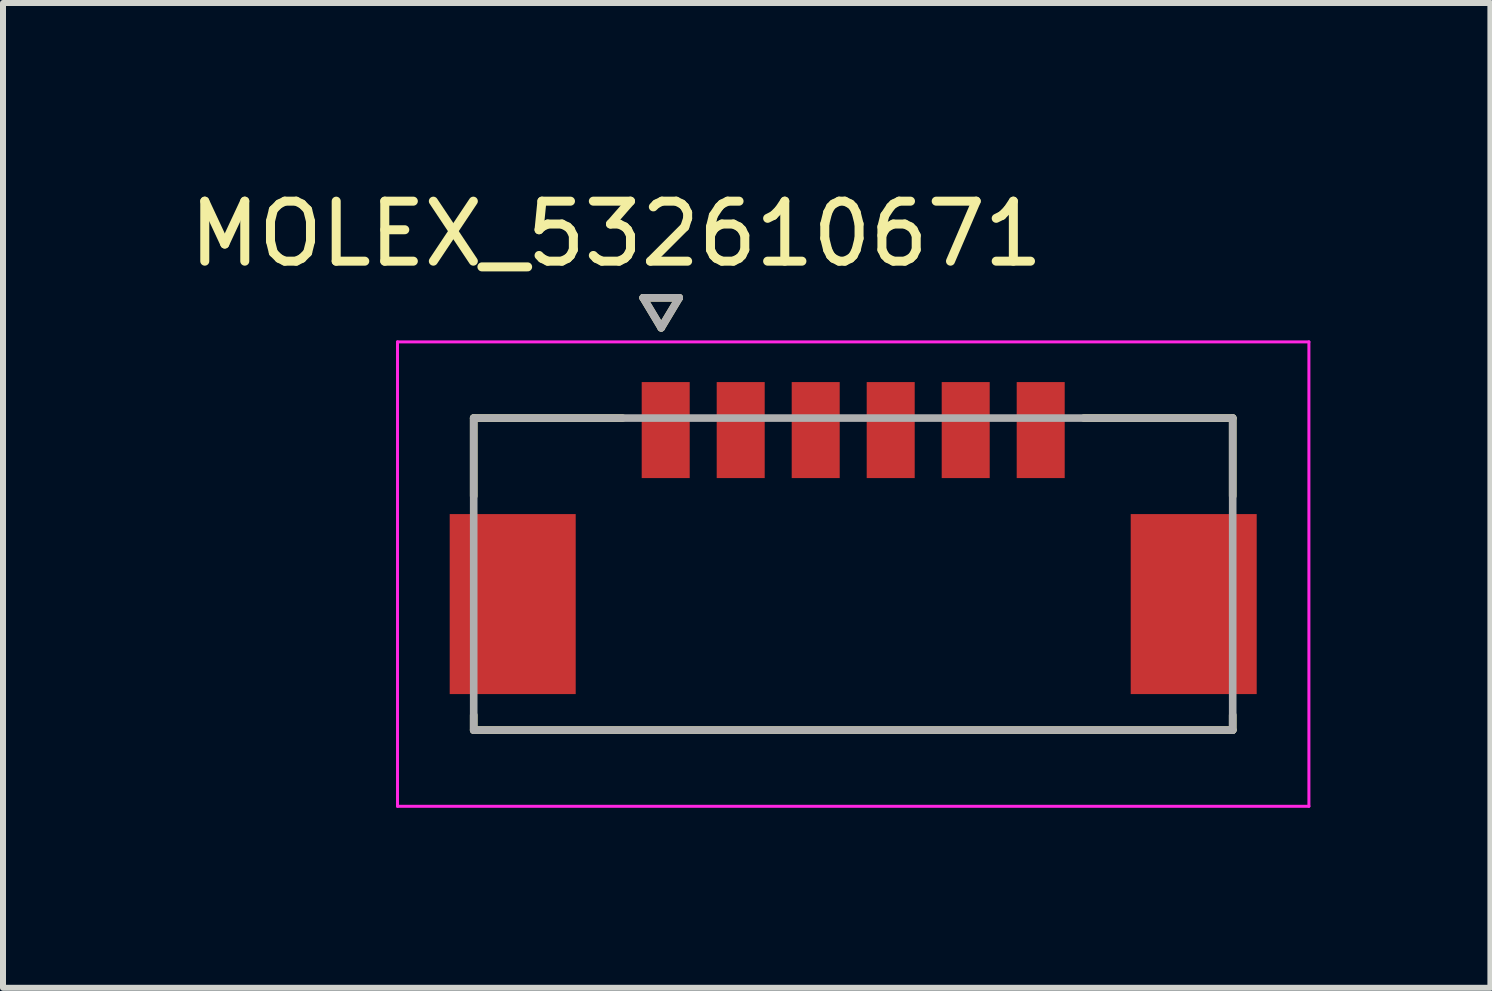
<source format=kicad_pcb>
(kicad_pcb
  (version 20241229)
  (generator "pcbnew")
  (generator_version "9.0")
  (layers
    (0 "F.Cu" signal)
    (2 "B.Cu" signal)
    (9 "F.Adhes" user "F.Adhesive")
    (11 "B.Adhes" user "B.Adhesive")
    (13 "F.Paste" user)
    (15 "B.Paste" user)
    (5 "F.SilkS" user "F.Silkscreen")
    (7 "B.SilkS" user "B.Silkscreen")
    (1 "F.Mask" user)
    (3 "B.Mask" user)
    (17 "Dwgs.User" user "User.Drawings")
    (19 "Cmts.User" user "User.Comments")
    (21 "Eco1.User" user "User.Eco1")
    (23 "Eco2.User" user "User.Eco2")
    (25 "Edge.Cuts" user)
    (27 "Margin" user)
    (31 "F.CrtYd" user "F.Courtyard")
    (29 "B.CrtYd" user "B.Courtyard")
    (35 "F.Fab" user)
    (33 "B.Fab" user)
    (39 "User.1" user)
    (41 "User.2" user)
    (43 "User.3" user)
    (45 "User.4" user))
  (footprint "MOLEX_532610671"
    (layer "F.Cu")
    (at 11.17 6.518)
    (property "Reference" "MOLEX_532610671" (at -3.95 -5.67 0) (layer "F.SilkS") (effects (font (size 1 1) (thickness 0.15))))
    (attr smd)
    (fp_poly (pts (xy -6.801 -1.076) (xy -4.549 -1.076) (xy -4.549 2.076) (xy -6.801 2.076)) (stroke (width 0.01) (type solid)) (fill yes) (layer "F.Mask"))
    (fp_poly (pts (xy -3.601 -3.276) (xy -2.649 -3.276) (xy -2.649 -1.524) (xy -3.601 -1.524)) (stroke (width 0.01) (type solid)) (fill yes) (layer "F.Mask"))
    (fp_poly (pts (xy -2.351 -3.276) (xy -1.399 -3.276) (xy -1.399 -1.524) (xy -2.351 -1.524)) (stroke (width 0.01) (type solid)) (fill yes) (layer "F.Mask"))
    (fp_poly (pts (xy -1.101 -3.276) (xy -0.149 -3.276) (xy -0.149 -1.524) (xy -1.101 -1.524)) (stroke (width 0.01) (type solid)) (fill yes) (layer "F.Mask"))
    (fp_poly (pts (xy 0.149 -3.276) (xy 1.101 -3.276) (xy 1.101 -1.524) (xy 0.149 -1.524)) (stroke (width 0.01) (type solid)) (fill yes) (layer "F.Mask"))
    (fp_poly (pts (xy 1.399 -3.276) (xy 2.351 -3.276) (xy 2.351 -1.524) (xy 1.399 -1.524)) (stroke (width 0.01) (type solid)) (fill yes) (layer "F.Mask"))
    (fp_poly (pts (xy 2.649 -3.276) (xy 3.601 -3.276) (xy 3.601 -1.524) (xy 2.649 -1.524)) (stroke (width 0.01) (type solid)) (fill yes) (layer "F.Mask"))
    (fp_poly (pts (xy 4.549 -1.076) (xy 6.801 -1.076) (xy 6.801 2.076) (xy 4.549 2.076)) (stroke (width 0.01) (type solid)) (fill yes) (layer "F.Mask"))
    (fp_line (start -6.325 -2.6) (end -3.845 -2.6) (stroke (width 0.127) (type solid)) (layer "F.SilkS"))
    (fp_line (start -6.325 -1.3) (end -6.325 -2.6) (stroke (width 0.127) (type solid)) (layer "F.SilkS"))
    (fp_line (start -6.325 2.6) (end -6.325 2.35) (stroke (width 0.127) (type solid)) (layer "F.SilkS"))
    (fp_line (start -6.325 2.6) (end 6.325 2.6) (stroke (width 0.127) (type solid)) (layer "F.SilkS"))
    (fp_line (start -3.5 -4.605) (end -2.9 -4.605) (stroke (width 0.127) (type solid)) (layer "F.SilkS"))
    (fp_line (start -3.2 -4.105) (end -3.5 -4.605) (stroke (width 0.127) (type solid)) (layer "F.SilkS"))
    (fp_line (start -2.9 -4.605) (end -3.2 -4.105) (stroke (width 0.127) (type solid)) (layer "F.SilkS"))
    (fp_line (start 3.845 -2.6) (end 6.325 -2.6) (stroke (width 0.127) (type solid)) (layer "F.SilkS"))
    (fp_line (start 6.325 -2.6) (end 6.325 -1.3) (stroke (width 0.127) (type solid)) (layer "F.SilkS"))
    (fp_line (start 6.325 2.6) (end 6.325 2.35) (stroke (width 0.127) (type solid)) (layer "F.SilkS"))
    (fp_line (start -7.595 3.87) (end -7.595 -3.87) (stroke (width 0.05) (type solid)) (layer "F.CrtYd"))
    (fp_line (start 7.595 -3.87) (end -7.595 -3.87) (stroke (width 0.05) (type solid)) (layer "F.CrtYd"))
    (fp_line (start 7.595 -3.87) (end 7.595 3.87) (stroke (width 0.05) (type solid)) (layer "F.CrtYd"))
    (fp_line (start 7.595 3.87) (end -7.595 3.87) (stroke (width 0.05) (type solid)) (layer "F.CrtYd"))
    (fp_line (start -6.325 -2.6) (end 6.325 -2.6) (stroke (width 0.127) (type solid)) (layer "F.Fab"))
    (fp_line (start -6.325 2.6) (end -6.325 -2.6) (stroke (width 0.127) (type solid)) (layer "F.Fab"))
    (fp_line (start -3.5 -4.605) (end -2.9 -4.605) (stroke (width 0.127) (type solid)) (layer "F.Fab"))
    (fp_line (start -3.2 -4.105) (end -3.5 -4.605) (stroke (width 0.127) (type solid)) (layer "F.Fab"))
    (fp_line (start -2.9 -4.605) (end -3.2 -4.105) (stroke (width 0.127) (type solid)) (layer "F.Fab"))
    (fp_line (start 6.325 -2.6) (end 6.325 2.6) (stroke (width 0.127) (type solid)) (layer "F.Fab"))
    (fp_line (start 6.325 2.6) (end -6.325 2.6) (stroke (width 0.127) (type solid)) (layer "F.Fab"))
    (pad "1" smd rect (at -3.125 -2.4) (size 0.8 1.6) (layers "F.Cu" "F.Paste"))
    (pad "2" smd rect (at -1.875 -2.4) (size 0.8 1.6) (layers "F.Cu" "F.Paste"))
    (pad "3" smd rect (at -0.625 -2.4) (size 0.8 1.6) (layers "F.Cu" "F.Paste"))
    (pad "4" smd rect (at 0.625 -2.4) (size 0.8 1.6) (layers "F.Cu" "F.Paste"))
    (pad "5" smd rect (at 1.875 -2.4) (size 0.8 1.6) (layers "F.Cu" "F.Paste"))
    (pad "6" smd rect (at 3.125 -2.4) (size 0.8 1.6) (layers "F.Cu" "F.Paste"))
    (pad "S1" smd rect (at -5.675 0.5) (size 2.1 3) (layers "F.Cu" "F.Paste"))
    (pad "S2" smd rect (at 5.675 0.5) (size 2.1 3) (layers "F.Cu" "F.Paste")))
  (gr_rect
    (start -3 -3)
    (end 21.79 13.413)
    (stroke (width 0.1) (type default))
    (fill no)
    (layer "Edge.Cuts")))
</source>
